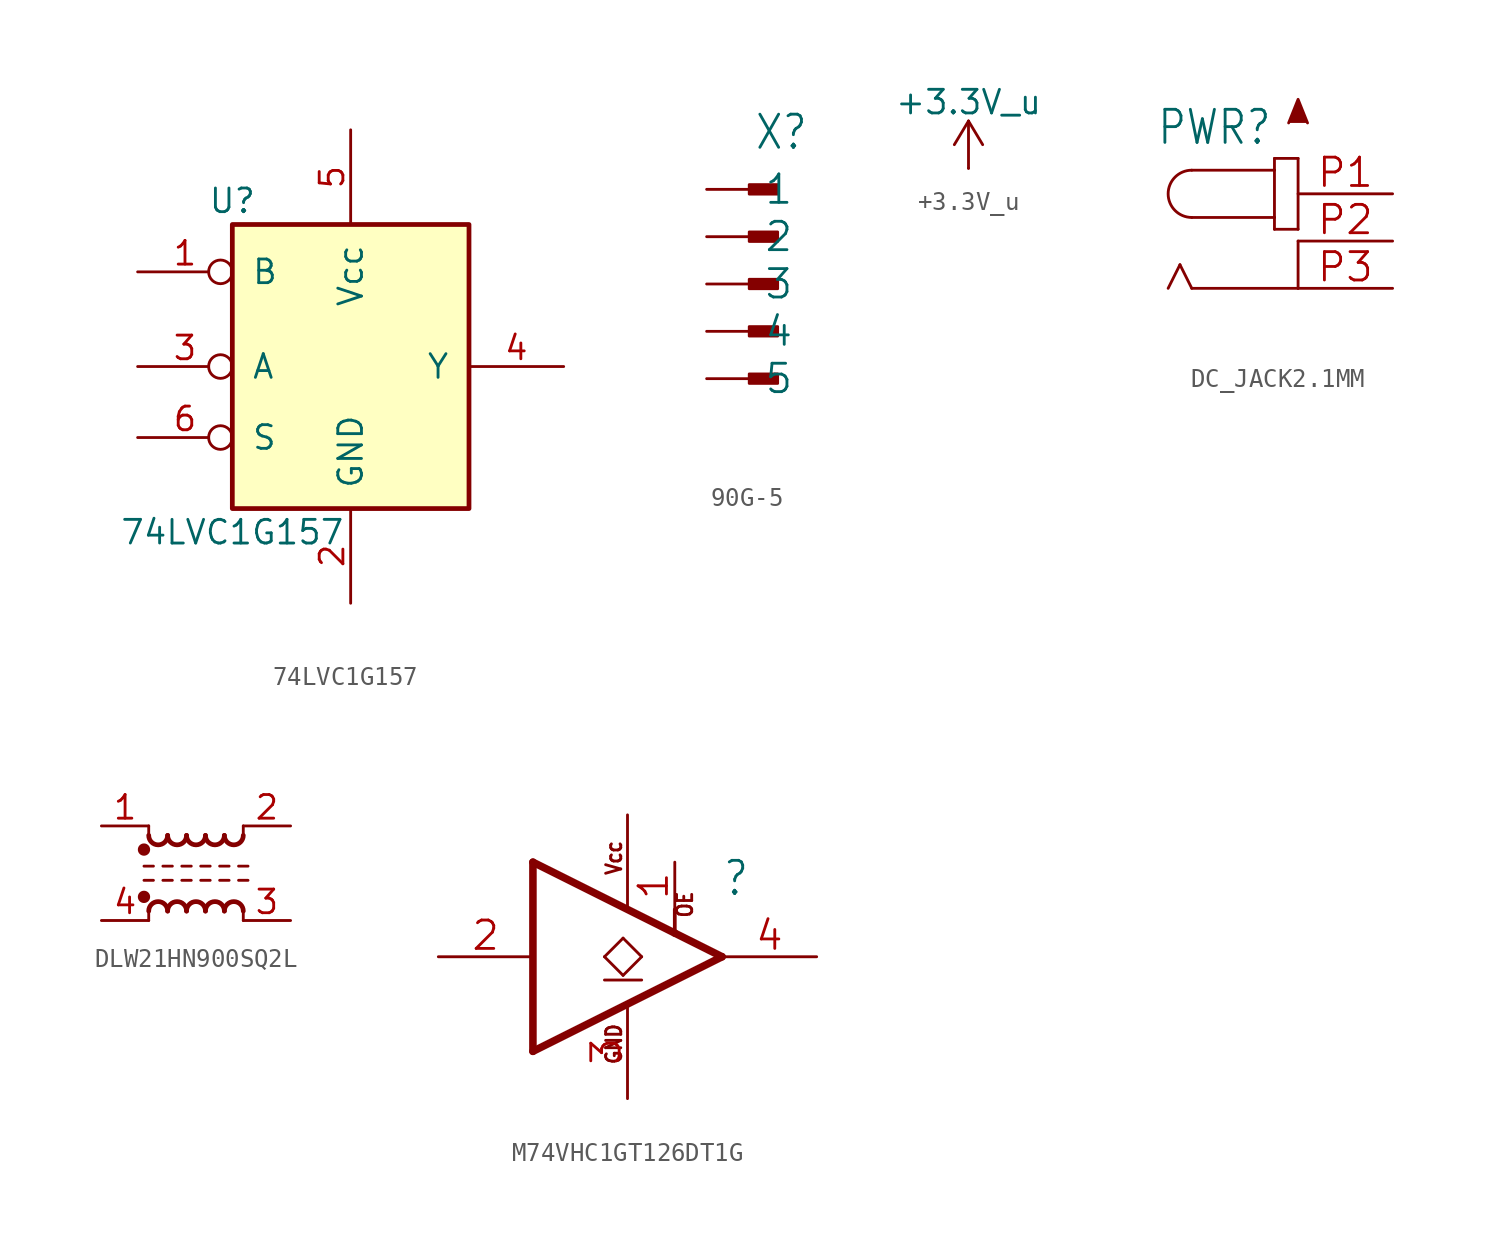
<source format=kicad_sym>
(kicad_symbol_lib
  (version 20241209)
  (generator "kicad_symbol_editor")
  (generator_version "9.0")
  (symbol "74LVC1G157"
    (pin_names
      (offset 1.016))
    (property "Reference" "U"
      (at -6.35 8.89 0)
      (effects (font (size 1.27 1.27))))
    (property "Value" "74LVC1G157"
      (at -6.35 -8.89 0)
      (effects (font (size 1.27 1.27))))
    (symbol "74LVC1G157_1_0"
      (pin input inverted (at -11.43 5.08 0) (length 5.08) (name "B" (effects (font (size 1.27 1.27)))) (number "1" (effects (font (size 1.27 1.27)))))
      (pin input inverted (at -11.43 0 0) (length 5.08) (name "A" (effects (font (size 1.27 1.27)))) (number "3" (effects (font (size 1.27 1.27)))))
      (pin input inverted (at -11.43 -3.81 0) (length 5.08) (name "S" (effects (font (size 1.27 1.27)))) (number "6" (effects (font (size 1.27 1.27)))))
      (pin power_in line (at 0 12.7 270) (length 5.08) (name "Vcc" (effects (font (size 1.27 1.27)))) (number "5" (effects (font (size 1.27 1.27)))))
      (pin power_in line (at 0 -12.7 90) (length 5.08) (name "GND" (effects (font (size 1.27 1.27)))) (number "2" (effects (font (size 1.27 1.27)))))
      (pin output line (at 11.43 0 180) (length 5.08) (name "Y" (effects (font (size 1.27 1.27)))) (number "4" (effects (font (size 1.27 1.27))))))
    (symbol "74LVC1G157_1_1"
      (rectangle (start -6.35 7.62) (end 6.35 -7.62) (stroke (width 0.254) (type default)) (fill (type background)))))
  (symbol "90G-5"
    (property "Reference" "X"
      (at 0 7.112 0)
      (effects (font (size 1.778 1.511)) (justify left bottom)))
    (property "Value" ""
      (at 0 -8.636 0)
      (effects (font (size 1.778 1.511)) (justify left bottom)))
    (property "ki_locked" ""
      (at 0 0 0)
      (effects (font (size 1.27 1.27))))
    (symbol "90G-5_1_0"
      (rectangle (start -0.254 4.826) (end 1.27 5.334) (stroke (width 0) (type default)) (fill (type outline)))
      (rectangle (start -0.254 2.286) (end 1.27 2.794) (stroke (width 0) (type default)) (fill (type outline)))
      (rectangle (start -0.254 -0.254) (end 1.27 0.254) (stroke (width 0) (type default)) (fill (type outline)))
      (rectangle (start -0.254 -2.794) (end 1.27 -2.286) (stroke (width 0) (type default)) (fill (type outline)))
      (rectangle (start -0.254 -5.334) (end 1.27 -4.826) (stroke (width 0) (type default)) (fill (type outline)))
      (pin passive line (at -2.54 5.08 0) (length 2.54) (name "1" (effects (font (size 1.524 1.524)))) (number "1" (effects (font (size 0 0)))))
      (pin passive line (at -2.54 2.54 0) (length 2.54) (name "2" (effects (font (size 1.524 1.524)))) (number "2" (effects (font (size 0 0)))))
      (pin passive line (at -2.54 0 0) (length 2.54) (name "3" (effects (font (size 1.524 1.524)))) (number "3" (effects (font (size 0 0)))))
      (pin passive line (at -2.54 -2.54 0) (length 2.54) (name "4" (effects (font (size 1.524 1.524)))) (number "4" (effects (font (size 0 0)))))
      (pin passive line (at -2.54 -5.08 0) (length 2.54) (name "5" (effects (font (size 1.524 1.524)))) (number "5" (effects (font (size 0 0)))))))
  (symbol "+3.3V_u"
    (power)
    (pin_numbers
      (hide yes))
    (pin_names
      (offset 0)
      (hide yes))
    (property "Reference" "#PWR"
      (at 0 -3.81 0)
      (effects (font (size 1.27 1.27)) (hide yes)))
    (property "Value" "+3.3V_u"
      (at 0 3.556 0)
      (effects (font (size 1.27 1.27))))
    (symbol "+3.3V_u_0_1"
      (polyline (pts (xy -0.762 1.27) (xy 0 2.54)) (stroke (width 0) (type default)) (fill (type none)))
      (polyline (pts (xy 0 2.54) (xy 0.762 1.27)) (stroke (width 0) (type default)) (fill (type none)))
      (polyline (pts (xy 0 0) (xy 0 2.54)) (stroke (width 0) (type default)) (fill (type none))))
    (symbol "+3.3V_u_1_1"
      (pin power_in line (at 0 0 90) (length 0) (name "~" (effects (font (size 1.27 1.27)))) (number "1" (effects (font (size 1.27 1.27)))))))
  (symbol "DC_JACK2.1MM"
    (property "Reference" "PWR"
      (at -5.08 2.54 0)
      (effects (font (size 1.778 1.511)) (justify left bottom)))
    (property "Value" ""
      (at -5.08 -7.62 0)
      (effects (font (size 1.778 1.511)) (justify left bottom)))
    (property "ki_locked" ""
      (at 0 0 0)
      (effects (font (size 1.27 1.27))))
    (symbol "DC_JACK2.1MM_1_0"
      (polyline (pts (xy -3.81 -3.81) (xy -4.445 -5.08)) (stroke (width 0.152) (type solid)) (fill (type none)))
      (polyline (pts (xy -3.175 1.27) (xy 1.27 1.27)) (stroke (width 0.152) (type solid)) (fill (type none)))
      (arc (start -3.175 -1.27) (mid -4.445 0) (end -3.175 1.27) (stroke (width 0.1524) (type solid)) (fill (type none)))
      (polyline (pts (xy -3.175 -5.08) (xy -3.81 -3.81)) (stroke (width 0.152) (type solid)) (fill (type none)))
      (polyline (pts (xy 1.27 1.905) (xy 1.27 1.27)) (stroke (width 0.152) (type solid)) (fill (type none)))
      (polyline (pts (xy 1.27 1.27) (xy 1.27 -1.27)) (stroke (width 0.152) (type solid)) (fill (type none)))
      (polyline (pts (xy 1.27 -1.27) (xy -3.175 -1.27)) (stroke (width 0.152) (type solid)) (fill (type none)))
      (polyline (pts (xy 1.27 -1.27) (xy 1.27 -1.905)) (stroke (width 0.152) (type solid)) (fill (type none)))
      (polyline (pts (xy 1.27 -1.905) (xy 2.54 -1.905)) (stroke (width 0.152) (type solid)) (fill (type none)))
      (polyline (pts (xy 2.032 3.81) (xy 2.54 5.08) (xy 3.048 3.81)) (stroke (width 0.152) (type solid)) (fill (type outline)))
      (polyline (pts (xy 2.54 1.905) (xy 1.27 1.905)) (stroke (width 0.152) (type solid)) (fill (type none)))
      (polyline (pts (xy 2.54 -1.905) (xy 2.54 1.905)) (stroke (width 0.152) (type solid)) (fill (type none)))
      (polyline (pts (xy 2.54 -2.54) (xy 2.54 -5.08)) (stroke (width 0.152) (type solid)) (fill (type none)))
      (polyline (pts (xy 2.54 -5.08) (xy -3.175 -5.08)) (stroke (width 0.152) (type solid)) (fill (type none)))
      (pin passive line (at 7.62 0 180) (length 5.08) (name "1" (effects (font (size 0 0)))) (number "P1" (effects (font (size 1.524 1.524)))))
      (pin passive line (at 7.62 -2.54 180) (length 5.08) (name "2" (effects (font (size 0 0)))) (number "P2" (effects (font (size 1.524 1.524)))))
      (pin passive line (at 7.62 -5.08 180) (length 5.08) (name "3" (effects (font (size 0 0)))) (number "P3" (effects (font (size 1.524 1.524)))))))
  (symbol "DLW21HN900SQ2L"
    (pin_names
      (offset 0))
    (property "Reference" "FL"
      (at -5.08 6.35 0)
      (effects (font (size 1.27 1.27)) (justify left bottom) (hide yes)))
    (symbol "DLW21HN900SQ2L_0_1"
      (circle (center -2.794 1.27) (radius 0.254) (stroke (width 0) (type default)) (fill (type outline)))
      (polyline (pts (xy -2.794 0.381) (xy -2.286 0.381)) (stroke (width 0) (type default)) (fill (type none)))
      (polyline (pts (xy -2.794 -0.381) (xy -2.286 -0.381)) (stroke (width 0) (type default)) (fill (type none)))
      (circle (center -2.794 -1.27) (radius 0.254) (stroke (width 0) (type default)) (fill (type outline)))
      (polyline (pts (xy -2.54 2.032) (xy -2.54 2.54)) (stroke (width 0) (type default)) (fill (type none)))
      (polyline (pts (xy -2.54 -2.032) (xy -2.54 -2.54)) (stroke (width 0) (type default)) (fill (type none)))
      (arc (start -1.524 2.032) (mid -2.032 1.5262) (end -2.54 2.032) (stroke (width 0.254) (type default)) (fill (type none)))
      (arc (start -2.54 -2.032) (mid -2.032 -1.5262) (end -1.524 -2.032) (stroke (width 0.254) (type default)) (fill (type none)))
      (polyline (pts (xy -1.778 0.381) (xy -1.27 0.381)) (stroke (width 0) (type default)) (fill (type none)))
      (polyline (pts (xy -1.778 -0.381) (xy -1.27 -0.381)) (stroke (width 0) (type default)) (fill (type none)))
      (arc (start -0.508 2.032) (mid -1.016 1.5262) (end -1.524 2.032) (stroke (width 0.254) (type default)) (fill (type none)))
      (arc (start -1.524 -2.032) (mid -1.016 -1.5262) (end -0.508 -2.032) (stroke (width 0.254) (type default)) (fill (type none)))
      (polyline (pts (xy -0.762 0.381) (xy -0.254 0.381)) (stroke (width 0) (type default)) (fill (type none)))
      (polyline (pts (xy -0.762 -0.381) (xy -0.254 -0.381)) (stroke (width 0) (type default)) (fill (type none)))
      (arc (start 0.508 2.032) (mid 0 1.5262) (end -0.508 2.032) (stroke (width 0.254) (type default)) (fill (type none)))
      (arc (start -0.508 -2.032) (mid 0 -1.5262) (end 0.508 -2.032) (stroke (width 0.254) (type default)) (fill (type none)))
      (polyline (pts (xy 0.254 0.381) (xy 0.762 0.381)) (stroke (width 0) (type default)) (fill (type none)))
      (polyline (pts (xy 0.254 -0.381) (xy 0.762 -0.381)) (stroke (width 0) (type default)) (fill (type none)))
      (arc (start 1.524 2.032) (mid 1.016 1.5262) (end 0.508 2.032) (stroke (width 0.254) (type default)) (fill (type none)))
      (arc (start 0.508 -2.032) (mid 1.016 -1.5262) (end 1.524 -2.032) (stroke (width 0.254) (type default)) (fill (type none)))
      (polyline (pts (xy 1.27 0.381) (xy 1.778 0.381)) (stroke (width 0) (type default)) (fill (type none)))
      (polyline (pts (xy 1.27 -0.381) (xy 1.778 -0.381)) (stroke (width 0) (type default)) (fill (type none)))
      (arc (start 2.54 2.032) (mid 2.032 1.5262) (end 1.524 2.032) (stroke (width 0.254) (type default)) (fill (type none)))
      (arc (start 1.524 -2.032) (mid 2.032 -1.5262) (end 2.54 -2.032) (stroke (width 0.254) (type default)) (fill (type none)))
      (polyline (pts (xy 2.286 0.381) (xy 2.794 0.381)) (stroke (width 0) (type default)) (fill (type none)))
      (polyline (pts (xy 2.286 -0.381) (xy 2.794 -0.381)) (stroke (width 0) (type default)) (fill (type none)))
      (polyline (pts (xy 2.54 2.54) (xy 2.54 2.032)) (stroke (width 0) (type default)) (fill (type none)))
      (polyline (pts (xy 2.54 -2.032) (xy 2.54 -2.54)) (stroke (width 0) (type default)) (fill (type none))))
    (symbol "DLW21HN900SQ2L_1_1"
      (pin passive line (at -5.08 2.54 0) (length 2.54) (name "" (effects (font (size 1.27 1.27)))) (number "1" (effects (font (size 1.27 1.27)))))
      (pin passive line (at -5.08 -2.54 0) (length 2.54) (name "" (effects (font (size 1.27 1.27)))) (number "4" (effects (font (size 1.27 1.27)))))
      (pin passive line (at 5.08 2.54 180) (length 2.54) (name "" (effects (font (size 1.27 1.27)))) (number "2" (effects (font (size 1.27 1.27)))))
      (pin passive line (at 5.08 -2.54 180) (length 2.54) (name "" (effects (font (size 1.27 1.27)))) (number "3" (effects (font (size 1.27 1.27)))))))
  (symbol "M74VHC1GT126DT1G"
    (property "Reference" ""
      (at 5.08 3.175 0)
      (effects (font (size 1.778 1.511)) (justify left bottom)))
    (property "Value" ""
      (at 5.08 -2.54 0)
      (effects (font (size 1.778 1.511)) (justify left bottom)))
    (property "ki_locked" ""
      (at 0 0 0)
      (effects (font (size 1.27 1.27))))
    (symbol "M74VHC1GT126DT1G_1_0"
      (polyline (pts (xy -5.08 5.08) (xy 2.54 1.27)) (stroke (width 0.406) (type solid)) (fill (type none)))
      (polyline (pts (xy -5.08 -5.08) (xy -5.08 5.08)) (stroke (width 0.406) (type solid)) (fill (type none)))
      (polyline (pts (xy -1.238 0) (xy -0.238 -1)) (stroke (width 0.152) (type solid)) (fill (type none)))
      (polyline (pts (xy -1.238 -1.25) (xy 0.762 -1.25)) (stroke (width 0.152) (type solid)) (fill (type none)))
      (polyline (pts (xy -0.238 1) (xy -1.238 0)) (stroke (width 0.152) (type solid)) (fill (type none)))
      (polyline (pts (xy -0.238 -1) (xy 0.762 0)) (stroke (width 0.152) (type solid)) (fill (type none)))
      (polyline (pts (xy 0.762 0) (xy -0.238 1)) (stroke (width 0.152) (type solid)) (fill (type none)))
      (polyline (pts (xy 2.54 2.54) (xy 2.54 1.27)) (stroke (width 0.2) (type solid)) (fill (type none)))
      (polyline (pts (xy 2.54 1.27) (xy 5.08 0)) (stroke (width 0.406) (type solid)) (fill (type none)))
      (polyline (pts (xy 5.08 0) (xy -5.08 -5.08)) (stroke (width 0.406) (type solid)) (fill (type none)))
      (text "Vcc" (at -0.254 4.318 900) (effects (font (size 0.813 0.691)) (justify left bottom)))
      (text "GND" (at -0.254 -5.842 900) (effects (font (size 0.813 0.691)) (justify left bottom)))
      (text "OE" (at 3.556 2.032 900) (effects (font (size 0.813 0.691)) (justify left bottom)))
      (pin bidirectional line (at -10.16 0 0) (length 5.08) (name "A" (effects (font (size 0 0)))) (number "2" (effects (font (size 1.524 1.524)))))
      (pin bidirectional line (at 0 7.62 270) (length 5.08) (name "VCC" (effects (font (size 0 0)))) (number "5" (effects (font (size 0 0)))))
      (pin bidirectional line (at 0 -7.62 90) (length 5.08) (name "GND" (effects (font (size 0 0)))) (number "3" (effects (font (size 1.524 1.524)))))
      (pin bidirectional line (at 2.54 5.08 270) (length 2.54) (name "OE" (effects (font (size 0 0)))) (number "1" (effects (font (size 1.524 1.524)))))
      (pin bidirectional line (at 10.16 0 180) (length 5.08) (name "Y" (effects (font (size 0 0)))) (number "4" (effects (font (size 1.524 1.524))))))))
</source>
